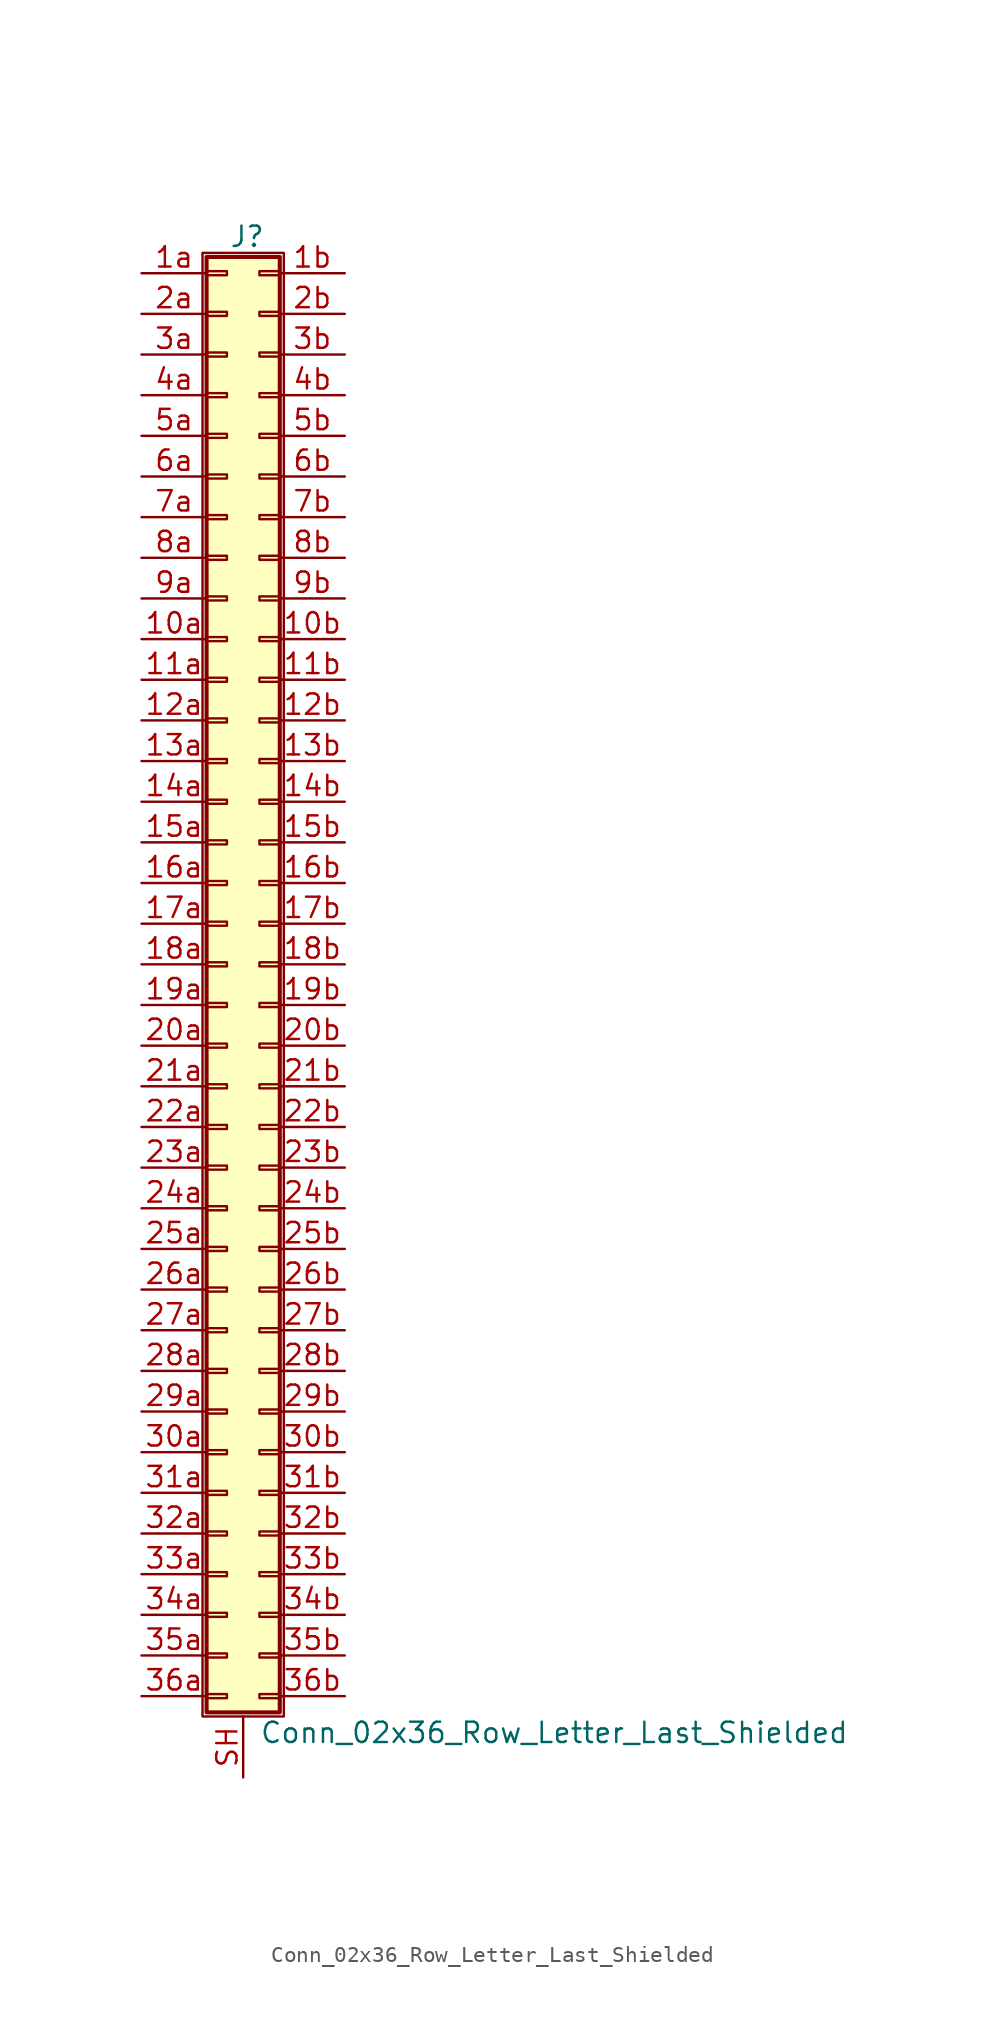
<source format=kicad_sym>
(kicad_symbol_lib
  (version 20211014)
  (generator kicad_symbol_editor)
  (symbol "Conn_02x36_Row_Letter_Last_Shielded"
    (pin_names
      (offset 1.016) hide)
    (property "Reference" "J"
      (at 1.524 45.466 0)
      (effects (font (size 1.27 1.27))))
    (property "Value" "Conn_02x36_Row_Letter_Last_Shielded"
      (at 2.286 -48.006 0)
      (effects (font (size 1.27 1.27)) (justify left)))
    (symbol "Conn_02x36_Row_Letter_Last_Shielded_1_1"
      (rectangle (start -1.27 44.45) (end 3.81 -46.99) (stroke (width 0.152) (type default) (color 0 0 0 0)) (fill (type none)))
      (rectangle (start -1.016 -45.593) (end 0.254 -45.847) (stroke (width 0.152) (type default) (color 0 0 0 0)) (fill (type none)))
      (rectangle (start -1.016 -43.053) (end 0.254 -43.307) (stroke (width 0.152) (type default) (color 0 0 0 0)) (fill (type none)))
      (rectangle (start -1.016 -40.513) (end 0.254 -40.767) (stroke (width 0.152) (type default) (color 0 0 0 0)) (fill (type none)))
      (rectangle (start -1.016 -37.973) (end 0.254 -38.227) (stroke (width 0.152) (type default) (color 0 0 0 0)) (fill (type none)))
      (rectangle (start -1.016 -35.433) (end 0.254 -35.687) (stroke (width 0.152) (type default) (color 0 0 0 0)) (fill (type none)))
      (rectangle (start -1.016 -32.893) (end 0.254 -33.147) (stroke (width 0.152) (type default) (color 0 0 0 0)) (fill (type none)))
      (rectangle (start -1.016 -30.353) (end 0.254 -30.607) (stroke (width 0.152) (type default) (color 0 0 0 0)) (fill (type none)))
      (rectangle (start -1.016 -27.813) (end 0.254 -28.067) (stroke (width 0.152) (type default) (color 0 0 0 0)) (fill (type none)))
      (rectangle (start -1.016 -25.273) (end 0.254 -25.527) (stroke (width 0.152) (type default) (color 0 0 0 0)) (fill (type none)))
      (rectangle (start -1.016 -22.733) (end 0.254 -22.987) (stroke (width 0.152) (type default) (color 0 0 0 0)) (fill (type none)))
      (rectangle (start -1.016 -20.193) (end 0.254 -20.447) (stroke (width 0.152) (type default) (color 0 0 0 0)) (fill (type none)))
      (rectangle (start -1.016 -17.653) (end 0.254 -17.907) (stroke (width 0.152) (type default) (color 0 0 0 0)) (fill (type none)))
      (rectangle (start -1.016 -15.113) (end 0.254 -15.367) (stroke (width 0.152) (type default) (color 0 0 0 0)) (fill (type none)))
      (rectangle (start -1.016 -12.573) (end 0.254 -12.827) (stroke (width 0.152) (type default) (color 0 0 0 0)) (fill (type none)))
      (rectangle (start -1.016 -10.033) (end 0.254 -10.287) (stroke (width 0.152) (type default) (color 0 0 0 0)) (fill (type none)))
      (rectangle (start -1.016 -7.493) (end 0.254 -7.747) (stroke (width 0.152) (type default) (color 0 0 0 0)) (fill (type none)))
      (rectangle (start -1.016 -4.953) (end 0.254 -5.207) (stroke (width 0.152) (type default) (color 0 0 0 0)) (fill (type none)))
      (rectangle (start -1.016 -2.413) (end 0.254 -2.667) (stroke (width 0.152) (type default) (color 0 0 0 0)) (fill (type none)))
      (rectangle (start -1.016 0.127) (end 0.254 -0.127) (stroke (width 0.152) (type default) (color 0 0 0 0)) (fill (type none)))
      (rectangle (start -1.016 2.667) (end 0.254 2.413) (stroke (width 0.152) (type default) (color 0 0 0 0)) (fill (type none)))
      (rectangle (start -1.016 5.207) (end 0.254 4.953) (stroke (width 0.152) (type default) (color 0 0 0 0)) (fill (type none)))
      (rectangle (start -1.016 7.747) (end 0.254 7.493) (stroke (width 0.152) (type default) (color 0 0 0 0)) (fill (type none)))
      (rectangle (start -1.016 10.287) (end 0.254 10.033) (stroke (width 0.152) (type default) (color 0 0 0 0)) (fill (type none)))
      (rectangle (start -1.016 12.827) (end 0.254 12.573) (stroke (width 0.152) (type default) (color 0 0 0 0)) (fill (type none)))
      (rectangle (start -1.016 15.367) (end 0.254 15.113) (stroke (width 0.152) (type default) (color 0 0 0 0)) (fill (type none)))
      (rectangle (start -1.016 17.907) (end 0.254 17.653) (stroke (width 0.152) (type default) (color 0 0 0 0)) (fill (type none)))
      (rectangle (start -1.016 20.447) (end 0.254 20.193) (stroke (width 0.152) (type default) (color 0 0 0 0)) (fill (type none)))
      (rectangle (start -1.016 22.987) (end 0.254 22.733) (stroke (width 0.152) (type default) (color 0 0 0 0)) (fill (type none)))
      (rectangle (start -1.016 25.527) (end 0.254 25.273) (stroke (width 0.152) (type default) (color 0 0 0 0)) (fill (type none)))
      (rectangle (start -1.016 28.067) (end 0.254 27.813) (stroke (width 0.152) (type default) (color 0 0 0 0)) (fill (type none)))
      (rectangle (start -1.016 30.607) (end 0.254 30.353) (stroke (width 0.152) (type default) (color 0 0 0 0)) (fill (type none)))
      (rectangle (start -1.016 33.147) (end 0.254 32.893) (stroke (width 0.152) (type default) (color 0 0 0 0)) (fill (type none)))
      (rectangle (start -1.016 35.687) (end 0.254 35.433) (stroke (width 0.152) (type default) (color 0 0 0 0)) (fill (type none)))
      (rectangle (start -1.016 38.227) (end 0.254 37.973) (stroke (width 0.152) (type default) (color 0 0 0 0)) (fill (type none)))
      (rectangle (start -1.016 40.767) (end 0.254 40.513) (stroke (width 0.152) (type default) (color 0 0 0 0)) (fill (type none)))
      (rectangle (start -1.016 43.307) (end 0.254 43.053) (stroke (width 0.152) (type default) (color 0 0 0 0)) (fill (type none)))
      (rectangle (start -1.016 44.196) (end 3.556 -46.736) (stroke (width 0.254) (type default) (color 0 0 0 0)) (fill (type background)))
      (rectangle (start 3.556 -45.593) (end 2.286 -45.847) (stroke (width 0.152) (type default) (color 0 0 0 0)) (fill (type none)))
      (rectangle (start 3.556 -43.053) (end 2.286 -43.307) (stroke (width 0.152) (type default) (color 0 0 0 0)) (fill (type none)))
      (rectangle (start 3.556 -40.513) (end 2.286 -40.767) (stroke (width 0.152) (type default) (color 0 0 0 0)) (fill (type none)))
      (rectangle (start 3.556 -37.973) (end 2.286 -38.227) (stroke (width 0.152) (type default) (color 0 0 0 0)) (fill (type none)))
      (rectangle (start 3.556 -35.433) (end 2.286 -35.687) (stroke (width 0.152) (type default) (color 0 0 0 0)) (fill (type none)))
      (rectangle (start 3.556 -32.893) (end 2.286 -33.147) (stroke (width 0.152) (type default) (color 0 0 0 0)) (fill (type none)))
      (rectangle (start 3.556 -30.353) (end 2.286 -30.607) (stroke (width 0.152) (type default) (color 0 0 0 0)) (fill (type none)))
      (rectangle (start 3.556 -27.813) (end 2.286 -28.067) (stroke (width 0.152) (type default) (color 0 0 0 0)) (fill (type none)))
      (rectangle (start 3.556 -25.273) (end 2.286 -25.527) (stroke (width 0.152) (type default) (color 0 0 0 0)) (fill (type none)))
      (rectangle (start 3.556 -22.733) (end 2.286 -22.987) (stroke (width 0.152) (type default) (color 0 0 0 0)) (fill (type none)))
      (rectangle (start 3.556 -20.193) (end 2.286 -20.447) (stroke (width 0.152) (type default) (color 0 0 0 0)) (fill (type none)))
      (rectangle (start 3.556 -17.653) (end 2.286 -17.907) (stroke (width 0.152) (type default) (color 0 0 0 0)) (fill (type none)))
      (rectangle (start 3.556 -15.113) (end 2.286 -15.367) (stroke (width 0.152) (type default) (color 0 0 0 0)) (fill (type none)))
      (rectangle (start 3.556 -12.573) (end 2.286 -12.827) (stroke (width 0.152) (type default) (color 0 0 0 0)) (fill (type none)))
      (rectangle (start 3.556 -10.033) (end 2.286 -10.287) (stroke (width 0.152) (type default) (color 0 0 0 0)) (fill (type none)))
      (rectangle (start 3.556 -7.493) (end 2.286 -7.747) (stroke (width 0.152) (type default) (color 0 0 0 0)) (fill (type none)))
      (rectangle (start 3.556 -4.953) (end 2.286 -5.207) (stroke (width 0.152) (type default) (color 0 0 0 0)) (fill (type none)))
      (rectangle (start 3.556 -2.413) (end 2.286 -2.667) (stroke (width 0.152) (type default) (color 0 0 0 0)) (fill (type none)))
      (rectangle (start 3.556 0.127) (end 2.286 -0.127) (stroke (width 0.152) (type default) (color 0 0 0 0)) (fill (type none)))
      (rectangle (start 3.556 2.667) (end 2.286 2.413) (stroke (width 0.152) (type default) (color 0 0 0 0)) (fill (type none)))
      (rectangle (start 3.556 5.207) (end 2.286 4.953) (stroke (width 0.152) (type default) (color 0 0 0 0)) (fill (type none)))
      (rectangle (start 3.556 7.747) (end 2.286 7.493) (stroke (width 0.152) (type default) (color 0 0 0 0)) (fill (type none)))
      (rectangle (start 3.556 10.287) (end 2.286 10.033) (stroke (width 0.152) (type default) (color 0 0 0 0)) (fill (type none)))
      (rectangle (start 3.556 12.827) (end 2.286 12.573) (stroke (width 0.152) (type default) (color 0 0 0 0)) (fill (type none)))
      (rectangle (start 3.556 15.367) (end 2.286 15.113) (stroke (width 0.152) (type default) (color 0 0 0 0)) (fill (type none)))
      (rectangle (start 3.556 17.907) (end 2.286 17.653) (stroke (width 0.152) (type default) (color 0 0 0 0)) (fill (type none)))
      (rectangle (start 3.556 20.447) (end 2.286 20.193) (stroke (width 0.152) (type default) (color 0 0 0 0)) (fill (type none)))
      (rectangle (start 3.556 22.987) (end 2.286 22.733) (stroke (width 0.152) (type default) (color 0 0 0 0)) (fill (type none)))
      (rectangle (start 3.556 25.527) (end 2.286 25.273) (stroke (width 0.152) (type default) (color 0 0 0 0)) (fill (type none)))
      (rectangle (start 3.556 28.067) (end 2.286 27.813) (stroke (width 0.152) (type default) (color 0 0 0 0)) (fill (type none)))
      (rectangle (start 3.556 30.607) (end 2.286 30.353) (stroke (width 0.152) (type default) (color 0 0 0 0)) (fill (type none)))
      (rectangle (start 3.556 33.147) (end 2.286 32.893) (stroke (width 0.152) (type default) (color 0 0 0 0)) (fill (type none)))
      (rectangle (start 3.556 35.687) (end 2.286 35.433) (stroke (width 0.152) (type default) (color 0 0 0 0)) (fill (type none)))
      (rectangle (start 3.556 38.227) (end 2.286 37.973) (stroke (width 0.152) (type default) (color 0 0 0 0)) (fill (type none)))
      (rectangle (start 3.556 40.767) (end 2.286 40.513) (stroke (width 0.152) (type default) (color 0 0 0 0)) (fill (type none)))
      (rectangle (start 3.556 43.307) (end 2.286 43.053) (stroke (width 0.152) (type default) (color 0 0 0 0)) (fill (type none)))
      (pin passive line (at -5.08 20.32 0) (length 4.064) (name "Pin_10a" (effects (font (size 1.27 1.27)))) (number "10a" (effects (font (size 1.27 1.27)))))
      (pin passive line (at 7.62 20.32 180) (length 4.064) (name "Pin_10b" (effects (font (size 1.27 1.27)))) (number "10b" (effects (font (size 1.27 1.27)))))
      (pin passive line (at -5.08 17.78 0) (length 4.064) (name "Pin_11a" (effects (font (size 1.27 1.27)))) (number "11a" (effects (font (size 1.27 1.27)))))
      (pin passive line (at 7.62 17.78 180) (length 4.064) (name "Pin_11b" (effects (font (size 1.27 1.27)))) (number "11b" (effects (font (size 1.27 1.27)))))
      (pin passive line (at -5.08 15.24 0) (length 4.064) (name "Pin_12a" (effects (font (size 1.27 1.27)))) (number "12a" (effects (font (size 1.27 1.27)))))
      (pin passive line (at 7.62 15.24 180) (length 4.064) (name "Pin_12b" (effects (font (size 1.27 1.27)))) (number "12b" (effects (font (size 1.27 1.27)))))
      (pin passive line (at -5.08 12.7 0) (length 4.064) (name "Pin_13a" (effects (font (size 1.27 1.27)))) (number "13a" (effects (font (size 1.27 1.27)))))
      (pin passive line (at 7.62 12.7 180) (length 4.064) (name "Pin_13b" (effects (font (size 1.27 1.27)))) (number "13b" (effects (font (size 1.27 1.27)))))
      (pin passive line (at -5.08 10.16 0) (length 4.064) (name "Pin_14a" (effects (font (size 1.27 1.27)))) (number "14a" (effects (font (size 1.27 1.27)))))
      (pin passive line (at 7.62 10.16 180) (length 4.064) (name "Pin_14b" (effects (font (size 1.27 1.27)))) (number "14b" (effects (font (size 1.27 1.27)))))
      (pin passive line (at -5.08 7.62 0) (length 4.064) (name "Pin_15a" (effects (font (size 1.27 1.27)))) (number "15a" (effects (font (size 1.27 1.27)))))
      (pin passive line (at 7.62 7.62 180) (length 4.064) (name "Pin_15b" (effects (font (size 1.27 1.27)))) (number "15b" (effects (font (size 1.27 1.27)))))
      (pin passive line (at -5.08 5.08 0) (length 4.064) (name "Pin_16a" (effects (font (size 1.27 1.27)))) (number "16a" (effects (font (size 1.27 1.27)))))
      (pin passive line (at 7.62 5.08 180) (length 4.064) (name "Pin_16b" (effects (font (size 1.27 1.27)))) (number "16b" (effects (font (size 1.27 1.27)))))
      (pin passive line (at -5.08 2.54 0) (length 4.064) (name "Pin_17a" (effects (font (size 1.27 1.27)))) (number "17a" (effects (font (size 1.27 1.27)))))
      (pin passive line (at 7.62 2.54 180) (length 4.064) (name "Pin_17b" (effects (font (size 1.27 1.27)))) (number "17b" (effects (font (size 1.27 1.27)))))
      (pin passive line (at -5.08 0 0) (length 4.064) (name "Pin_18a" (effects (font (size 1.27 1.27)))) (number "18a" (effects (font (size 1.27 1.27)))))
      (pin passive line (at 7.62 0 180) (length 4.064) (name "Pin_18b" (effects (font (size 1.27 1.27)))) (number "18b" (effects (font (size 1.27 1.27)))))
      (pin passive line (at -5.08 -2.54 0) (length 4.064) (name "Pin_19a" (effects (font (size 1.27 1.27)))) (number "19a" (effects (font (size 1.27 1.27)))))
      (pin passive line (at 7.62 -2.54 180) (length 4.064) (name "Pin_19b" (effects (font (size 1.27 1.27)))) (number "19b" (effects (font (size 1.27 1.27)))))
      (pin passive line (at -5.08 43.18 0) (length 4.064) (name "Pin_1a" (effects (font (size 1.27 1.27)))) (number "1a" (effects (font (size 1.27 1.27)))))
      (pin passive line (at 7.62 43.18 180) (length 4.064) (name "Pin_1b" (effects (font (size 1.27 1.27)))) (number "1b" (effects (font (size 1.27 1.27)))))
      (pin passive line (at -5.08 -5.08 0) (length 4.064) (name "Pin_20a" (effects (font (size 1.27 1.27)))) (number "20a" (effects (font (size 1.27 1.27)))))
      (pin passive line (at 7.62 -5.08 180) (length 4.064) (name "Pin_20b" (effects (font (size 1.27 1.27)))) (number "20b" (effects (font (size 1.27 1.27)))))
      (pin passive line (at -5.08 -7.62 0) (length 4.064) (name "Pin_21a" (effects (font (size 1.27 1.27)))) (number "21a" (effects (font (size 1.27 1.27)))))
      (pin passive line (at 7.62 -7.62 180) (length 4.064) (name "Pin_21b" (effects (font (size 1.27 1.27)))) (number "21b" (effects (font (size 1.27 1.27)))))
      (pin passive line (at -5.08 -10.16 0) (length 4.064) (name "Pin_22a" (effects (font (size 1.27 1.27)))) (number "22a" (effects (font (size 1.27 1.27)))))
      (pin passive line (at 7.62 -10.16 180) (length 4.064) (name "Pin_22b" (effects (font (size 1.27 1.27)))) (number "22b" (effects (font (size 1.27 1.27)))))
      (pin passive line (at -5.08 -12.7 0) (length 4.064) (name "Pin_23a" (effects (font (size 1.27 1.27)))) (number "23a" (effects (font (size 1.27 1.27)))))
      (pin passive line (at 7.62 -12.7 180) (length 4.064) (name "Pin_23b" (effects (font (size 1.27 1.27)))) (number "23b" (effects (font (size 1.27 1.27)))))
      (pin passive line (at -5.08 -15.24 0) (length 4.064) (name "Pin_24a" (effects (font (size 1.27 1.27)))) (number "24a" (effects (font (size 1.27 1.27)))))
      (pin passive line (at 7.62 -15.24 180) (length 4.064) (name "Pin_24b" (effects (font (size 1.27 1.27)))) (number "24b" (effects (font (size 1.27 1.27)))))
      (pin passive line (at -5.08 -17.78 0) (length 4.064) (name "Pin_25a" (effects (font (size 1.27 1.27)))) (number "25a" (effects (font (size 1.27 1.27)))))
      (pin passive line (at 7.62 -17.78 180) (length 4.064) (name "Pin_25b" (effects (font (size 1.27 1.27)))) (number "25b" (effects (font (size 1.27 1.27)))))
      (pin passive line (at -5.08 -20.32 0) (length 4.064) (name "Pin_26a" (effects (font (size 1.27 1.27)))) (number "26a" (effects (font (size 1.27 1.27)))))
      (pin passive line (at 7.62 -20.32 180) (length 4.064) (name "Pin_26b" (effects (font (size 1.27 1.27)))) (number "26b" (effects (font (size 1.27 1.27)))))
      (pin passive line (at -5.08 -22.86 0) (length 4.064) (name "Pin_27a" (effects (font (size 1.27 1.27)))) (number "27a" (effects (font (size 1.27 1.27)))))
      (pin passive line (at 7.62 -22.86 180) (length 4.064) (name "Pin_27b" (effects (font (size 1.27 1.27)))) (number "27b" (effects (font (size 1.27 1.27)))))
      (pin passive line (at -5.08 -25.4 0) (length 4.064) (name "Pin_28a" (effects (font (size 1.27 1.27)))) (number "28a" (effects (font (size 1.27 1.27)))))
      (pin passive line (at 7.62 -25.4 180) (length 4.064) (name "Pin_28b" (effects (font (size 1.27 1.27)))) (number "28b" (effects (font (size 1.27 1.27)))))
      (pin passive line (at -5.08 -27.94 0) (length 4.064) (name "Pin_29a" (effects (font (size 1.27 1.27)))) (number "29a" (effects (font (size 1.27 1.27)))))
      (pin passive line (at 7.62 -27.94 180) (length 4.064) (name "Pin_29b" (effects (font (size 1.27 1.27)))) (number "29b" (effects (font (size 1.27 1.27)))))
      (pin passive line (at -5.08 40.64 0) (length 4.064) (name "Pin_2a" (effects (font (size 1.27 1.27)))) (number "2a" (effects (font (size 1.27 1.27)))))
      (pin passive line (at 7.62 40.64 180) (length 4.064) (name "Pin_2b" (effects (font (size 1.27 1.27)))) (number "2b" (effects (font (size 1.27 1.27)))))
      (pin passive line (at -5.08 -30.48 0) (length 4.064) (name "Pin_30a" (effects (font (size 1.27 1.27)))) (number "30a" (effects (font (size 1.27 1.27)))))
      (pin passive line (at 7.62 -30.48 180) (length 4.064) (name "Pin_30b" (effects (font (size 1.27 1.27)))) (number "30b" (effects (font (size 1.27 1.27)))))
      (pin passive line (at -5.08 -33.02 0) (length 4.064) (name "Pin_31a" (effects (font (size 1.27 1.27)))) (number "31a" (effects (font (size 1.27 1.27)))))
      (pin passive line (at 7.62 -33.02 180) (length 4.064) (name "Pin_31b" (effects (font (size 1.27 1.27)))) (number "31b" (effects (font (size 1.27 1.27)))))
      (pin passive line (at -5.08 -35.56 0) (length 4.064) (name "Pin_32a" (effects (font (size 1.27 1.27)))) (number "32a" (effects (font (size 1.27 1.27)))))
      (pin passive line (at 7.62 -35.56 180) (length 4.064) (name "Pin_32b" (effects (font (size 1.27 1.27)))) (number "32b" (effects (font (size 1.27 1.27)))))
      (pin passive line (at -5.08 -38.1 0) (length 4.064) (name "Pin_33a" (effects (font (size 1.27 1.27)))) (number "33a" (effects (font (size 1.27 1.27)))))
      (pin passive line (at 7.62 -38.1 180) (length 4.064) (name "Pin_33b" (effects (font (size 1.27 1.27)))) (number "33b" (effects (font (size 1.27 1.27)))))
      (pin passive line (at -5.08 -40.64 0) (length 4.064) (name "Pin_34a" (effects (font (size 1.27 1.27)))) (number "34a" (effects (font (size 1.27 1.27)))))
      (pin passive line (at 7.62 -40.64 180) (length 4.064) (name "Pin_34b" (effects (font (size 1.27 1.27)))) (number "34b" (effects (font (size 1.27 1.27)))))
      (pin passive line (at -5.08 -43.18 0) (length 4.064) (name "Pin_35a" (effects (font (size 1.27 1.27)))) (number "35a" (effects (font (size 1.27 1.27)))))
      (pin passive line (at 7.62 -43.18 180) (length 4.064) (name "Pin_35b" (effects (font (size 1.27 1.27)))) (number "35b" (effects (font (size 1.27 1.27)))))
      (pin passive line (at -5.08 -45.72 0) (length 4.064) (name "Pin_36a" (effects (font (size 1.27 1.27)))) (number "36a" (effects (font (size 1.27 1.27)))))
      (pin passive line (at 7.62 -45.72 180) (length 4.064) (name "Pin_36b" (effects (font (size 1.27 1.27)))) (number "36b" (effects (font (size 1.27 1.27)))))
      (pin passive line (at -5.08 38.1 0) (length 4.064) (name "Pin_3a" (effects (font (size 1.27 1.27)))) (number "3a" (effects (font (size 1.27 1.27)))))
      (pin passive line (at 7.62 38.1 180) (length 4.064) (name "Pin_3b" (effects (font (size 1.27 1.27)))) (number "3b" (effects (font (size 1.27 1.27)))))
      (pin passive line (at -5.08 35.56 0) (length 4.064) (name "Pin_4a" (effects (font (size 1.27 1.27)))) (number "4a" (effects (font (size 1.27 1.27)))))
      (pin passive line (at 7.62 35.56 180) (length 4.064) (name "Pin_4b" (effects (font (size 1.27 1.27)))) (number "4b" (effects (font (size 1.27 1.27)))))
      (pin passive line (at -5.08 33.02 0) (length 4.064) (name "Pin_5a" (effects (font (size 1.27 1.27)))) (number "5a" (effects (font (size 1.27 1.27)))))
      (pin passive line (at 7.62 33.02 180) (length 4.064) (name "Pin_5b" (effects (font (size 1.27 1.27)))) (number "5b" (effects (font (size 1.27 1.27)))))
      (pin passive line (at -5.08 30.48 0) (length 4.064) (name "Pin_6a" (effects (font (size 1.27 1.27)))) (number "6a" (effects (font (size 1.27 1.27)))))
      (pin passive line (at 7.62 30.48 180) (length 4.064) (name "Pin_6b" (effects (font (size 1.27 1.27)))) (number "6b" (effects (font (size 1.27 1.27)))))
      (pin passive line (at -5.08 27.94 0) (length 4.064) (name "Pin_7a" (effects (font (size 1.27 1.27)))) (number "7a" (effects (font (size 1.27 1.27)))))
      (pin passive line (at 7.62 27.94 180) (length 4.064) (name "Pin_7b" (effects (font (size 1.27 1.27)))) (number "7b" (effects (font (size 1.27 1.27)))))
      (pin passive line (at -5.08 25.4 0) (length 4.064) (name "Pin_8a" (effects (font (size 1.27 1.27)))) (number "8a" (effects (font (size 1.27 1.27)))))
      (pin passive line (at 7.62 25.4 180) (length 4.064) (name "Pin_8b" (effects (font (size 1.27 1.27)))) (number "8b" (effects (font (size 1.27 1.27)))))
      (pin passive line (at -5.08 22.86 0) (length 4.064) (name "Pin_9a" (effects (font (size 1.27 1.27)))) (number "9a" (effects (font (size 1.27 1.27)))))
      (pin passive line (at 7.62 22.86 180) (length 4.064) (name "Pin_9b" (effects (font (size 1.27 1.27)))) (number "9b" (effects (font (size 1.27 1.27)))))
      (pin passive line (at 1.27 -50.8 90) (length 3.81) (name "Shield" (effects (font (size 1.27 1.27)))) (number "SH" (effects (font (size 1.27 1.27))))))))
</source>
